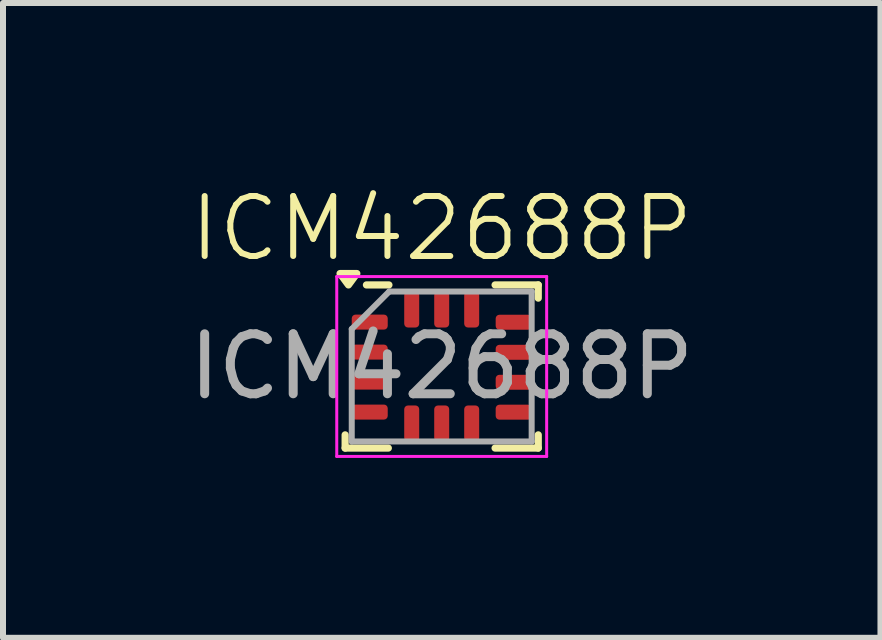
<source format=kicad_pcb>
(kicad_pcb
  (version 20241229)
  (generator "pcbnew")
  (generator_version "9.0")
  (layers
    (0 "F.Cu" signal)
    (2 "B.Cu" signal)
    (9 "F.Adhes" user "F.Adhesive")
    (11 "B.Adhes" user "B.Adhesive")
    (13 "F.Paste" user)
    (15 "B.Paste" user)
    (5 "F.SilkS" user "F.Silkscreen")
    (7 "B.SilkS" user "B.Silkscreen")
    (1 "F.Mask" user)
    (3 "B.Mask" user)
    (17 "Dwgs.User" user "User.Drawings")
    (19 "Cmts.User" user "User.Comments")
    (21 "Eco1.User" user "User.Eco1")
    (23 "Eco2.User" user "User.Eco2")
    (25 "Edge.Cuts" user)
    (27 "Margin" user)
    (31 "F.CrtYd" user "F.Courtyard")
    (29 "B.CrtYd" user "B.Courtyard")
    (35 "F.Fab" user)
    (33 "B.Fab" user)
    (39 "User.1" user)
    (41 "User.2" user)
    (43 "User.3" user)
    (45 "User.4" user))
  (footprint "ICM42688P"
    (layer "F.Cu")
    (at 4.315 3.061)
    (property "Reference" "ICM42688P" (at 0 -2.3 0) (unlocked yes) (layer "F.SilkS") (effects (font (size 1 1) (thickness 0.1))))
    (attr smd)
    (fp_line (start -1.61 1.36) (end -1.61 1.14) (stroke (width 0.12) (type solid)) (layer "F.SilkS"))
    (fp_line (start -1.61 1.36) (end -0.89 1.36) (stroke (width 0.12) (type solid)) (layer "F.SilkS"))
    (fp_line (start -0.88 -1.36) (end -1.255 -1.36) (stroke (width 0.12) (type solid)) (layer "F.SilkS"))
    (fp_line (start 1.61 -1.36) (end 0.89 -1.36) (stroke (width 0.12) (type solid)) (layer "F.SilkS"))
    (fp_line (start 1.61 -1.36) (end 1.61 -1.14) (stroke (width 0.12) (type solid)) (layer "F.SilkS"))
    (fp_line (start 1.61 1.36) (end 0.89 1.36) (stroke (width 0.12) (type solid)) (layer "F.SilkS"))
    (fp_line (start 1.61 1.36) (end 1.61 1.14) (stroke (width 0.12) (type solid)) (layer "F.SilkS"))
    (fp_poly (pts (xy -1.555 -1.36) (xy -1.695 -1.55) (xy -1.415 -1.55) (xy -1.555 -1.36)) (stroke (width 0.12) (type solid)) (fill yes) (layer "F.SilkS"))
    (fp_line (start -1.75 -1.5) (end 1.75 -1.5) (stroke (width 0.05) (type default)) (layer "F.CrtYd"))
    (fp_line (start -1.75 1.5) (end -1.75 -1.5) (stroke (width 0.05) (type default)) (layer "F.CrtYd"))
    (fp_line (start 1.75 -1.5) (end 1.75 1.5) (stroke (width 0.05) (type default)) (layer "F.CrtYd"))
    (fp_line (start 1.75 1.5) (end -1.75 1.5) (stroke (width 0.05) (type default)) (layer "F.CrtYd"))
    (fp_line (start -1.5 -0.625) (end -0.875 -1.25) (stroke (width 0.1) (type default)) (layer "F.Fab"))
    (fp_line (start -1.5 1.25) (end -1.5 -0.625) (stroke (width 0.1) (type default)) (layer "F.Fab"))
    (fp_line (start -0.875 -1.25) (end 1.5 -1.25) (stroke (width 0.1) (type default)) (layer "F.Fab"))
    (fp_line (start 1.5 -1.25) (end 1.5 1.25) (stroke (width 0.1) (type default)) (layer "F.Fab"))
    (fp_line (start 1.5 1.25) (end -1.5 1.25) (stroke (width 0.1) (type default)) (layer "F.Fab"))
    (fp_text user "${REFERENCE}" (at 0 0 0) (unlocked yes) (layer "F.Fab") (effects (font (size 1 1) (thickness 0.15))))
    (pad "1" smd roundrect (at -1.2 -0.74) (size 0.6 0.25) (layers "F.Cu" "F.Mask" "F.Paste") (roundrect_rratio 0.25))
    (pad "2" smd roundrect (at -1.2 -0.24) (size 0.6 0.25) (layers "F.Cu" "F.Mask" "F.Paste") (roundrect_rratio 0.25))
    (pad "3" smd roundrect (at -1.2 0.26) (size 0.6 0.25) (layers "F.Cu" "F.Mask" "F.Paste") (roundrect_rratio 0.25))
    (pad "4" smd roundrect (at -1.2 0.76) (size 0.6 0.25) (layers "F.Cu" "F.Mask" "F.Paste") (roundrect_rratio 0.25))
    (pad "5" smd roundrect (at -0.5 0.95) (size 0.25 0.6) (layers "F.Cu" "F.Mask" "F.Paste") (roundrect_rratio 0.25))
    (pad "6" smd roundrect (at 0 0.95) (size 0.25 0.6) (layers "F.Cu" "F.Mask" "F.Paste") (roundrect_rratio 0.25))
    (pad "7" smd roundrect (at 0.5 0.95) (size 0.25 0.6) (layers "F.Cu" "F.Mask" "F.Paste") (roundrect_rratio 0.25))
    (pad "8" smd roundrect (at 1.2 0.762) (size 0.6 0.25) (layers "F.Cu" "F.Mask" "F.Paste") (roundrect_rratio 0.25))
    (pad "9" smd roundrect (at 1.2 0.263) (size 0.6 0.25) (layers "F.Cu" "F.Mask" "F.Paste") (roundrect_rratio 0.25))
    (pad "10" smd roundrect (at 1.2 -0.237) (size 0.6 0.25) (layers "F.Cu" "F.Mask" "F.Paste") (roundrect_rratio 0.25))
    (pad "11" smd roundrect (at 1.2 -0.738) (size 0.6 0.25) (layers "F.Cu" "F.Mask" "F.Paste") (roundrect_rratio 0.25))
    (pad "12" smd roundrect (at 0.5 -0.95) (size 0.25 0.6) (layers "F.Cu" "F.Mask" "F.Paste") (roundrect_rratio 0.25))
    (pad "13" smd roundrect (at 0 -0.95) (size 0.25 0.6) (layers "F.Cu" "F.Mask" "F.Paste") (roundrect_rratio 0.25))
    (pad "14" smd roundrect (at -0.5 -0.95) (size 0.25 0.6) (layers "F.Cu" "F.Mask" "F.Paste") (roundrect_rratio 0.25)))
  (gr_rect
    (start -3 -3)
    (end 11.631 7.585)
    (stroke (width 0.1) (type default))
    (fill no)
    (layer "Edge.Cuts")))
</source>
